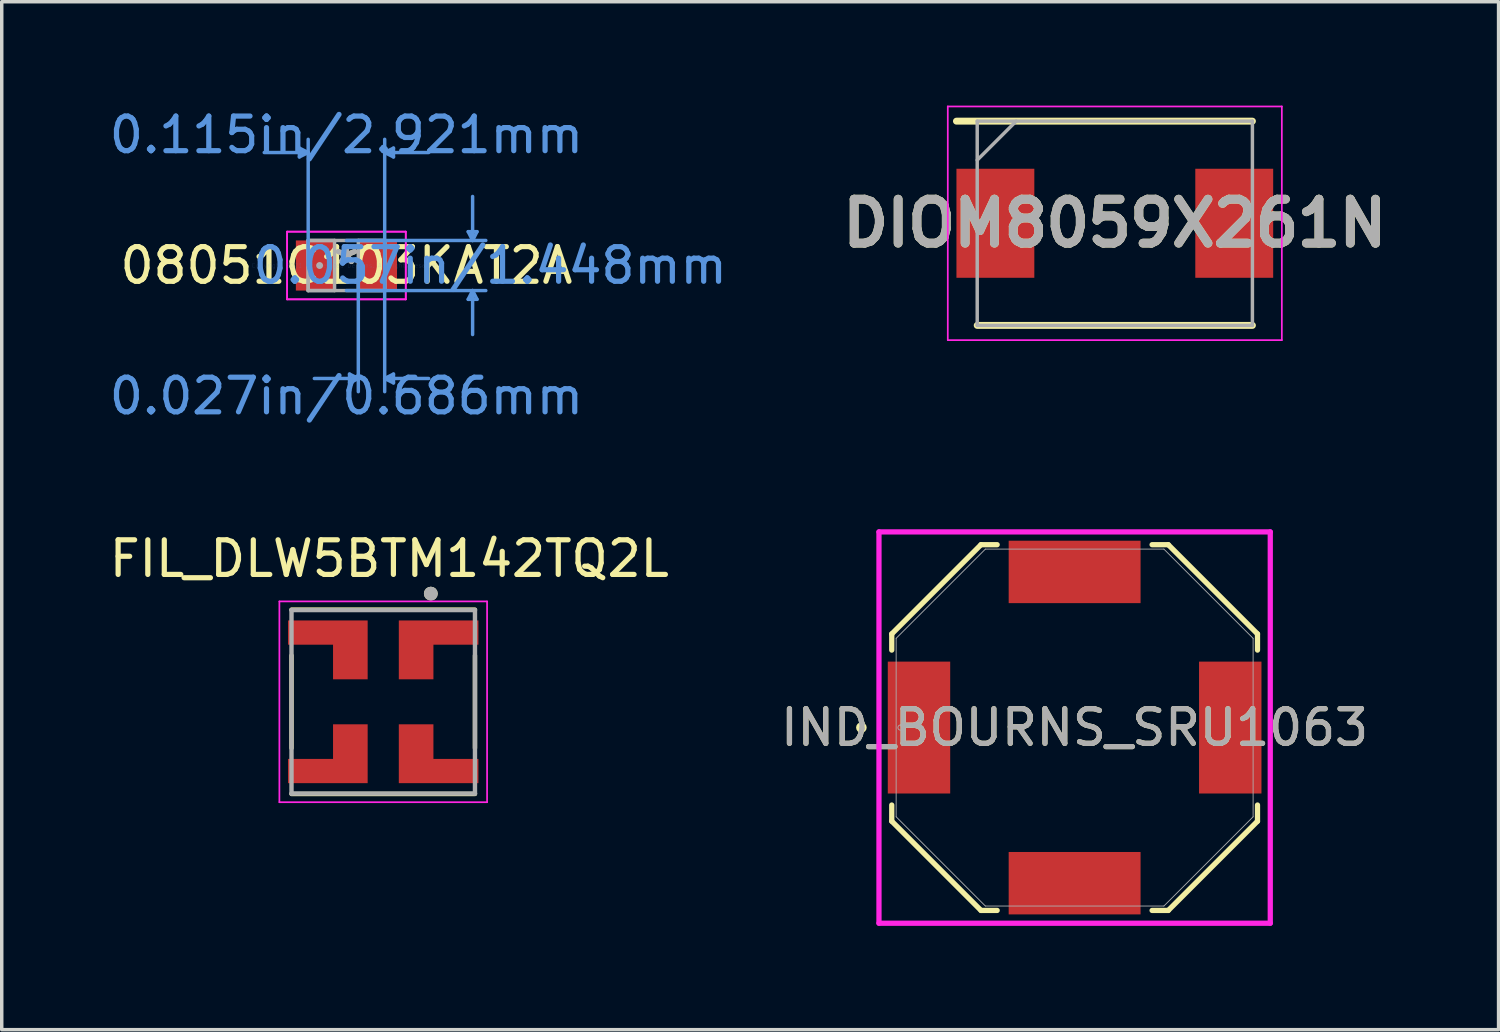
<source format=kicad_pcb>
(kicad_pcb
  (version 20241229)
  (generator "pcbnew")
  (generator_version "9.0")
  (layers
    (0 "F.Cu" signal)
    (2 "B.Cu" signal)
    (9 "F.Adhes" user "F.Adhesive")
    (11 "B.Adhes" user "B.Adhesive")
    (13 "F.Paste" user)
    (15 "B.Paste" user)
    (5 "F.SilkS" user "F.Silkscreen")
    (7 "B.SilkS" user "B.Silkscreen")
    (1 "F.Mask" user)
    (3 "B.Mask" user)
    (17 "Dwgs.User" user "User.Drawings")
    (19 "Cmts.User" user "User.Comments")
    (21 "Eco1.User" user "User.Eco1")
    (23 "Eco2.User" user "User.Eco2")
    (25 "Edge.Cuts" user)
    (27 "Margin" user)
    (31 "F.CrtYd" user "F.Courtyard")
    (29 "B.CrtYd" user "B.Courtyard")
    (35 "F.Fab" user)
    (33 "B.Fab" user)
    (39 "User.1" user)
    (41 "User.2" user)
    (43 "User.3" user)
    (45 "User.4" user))
  (footprint "08051C103KAT2A"
    (layer "F.Cu")
    (at 6.958 4.62)
    (property "Reference" "08051C103KAT2A" (at 0 0 0) (layer "F.SilkS") (effects (font (size 1 1) (thickness 0.15))))
    (attr through_hole)
    (fp_line (start -1.359 -3.391) (end -1.359 -3.137) (stroke (width 0.1) (type solid)) (layer "Cmts.User"))
    (fp_line (start -1.105 -3.264) (end -2.375 -3.264) (stroke (width 0.1) (type solid)) (layer "Cmts.User"))
    (fp_line (start -1.105 -3.264) (end -1.359 -3.391) (stroke (width 0.1) (type solid)) (layer "Cmts.User"))
    (fp_line (start -1.105 -3.264) (end -1.359 -3.137) (stroke (width 0.1) (type solid)) (layer "Cmts.User"))
    (fp_line (start -1.105 0) (end -1.105 -3.645) (stroke (width 0.1) (type solid)) (layer "Cmts.User"))
    (fp_line (start 0 -0.724) (end 4.026 -0.724) (stroke (width 0.1) (type solid)) (layer "Cmts.User"))
    (fp_line (start 0 0.724) (end 4.026 0.724) (stroke (width 0.1) (type solid)) (layer "Cmts.User"))
    (fp_line (start 0.089 3.137) (end 0.089 3.391) (stroke (width 0.1) (type solid)) (layer "Cmts.User"))
    (fp_line (start 0.343 0) (end 0.343 3.645) (stroke (width 0.1) (type solid)) (layer "Cmts.User"))
    (fp_line (start 0.343 3.264) (end -0.927 3.264) (stroke (width 0.1) (type solid)) (layer "Cmts.User"))
    (fp_line (start 0.343 3.264) (end 0.089 3.137) (stroke (width 0.1) (type solid)) (layer "Cmts.User"))
    (fp_line (start 0.343 3.264) (end 0.089 3.391) (stroke (width 0.1) (type solid)) (layer "Cmts.User"))
    (fp_line (start 1.105 -3.264) (end 1.359 -3.391) (stroke (width 0.1) (type solid)) (layer "Cmts.User"))
    (fp_line (start 1.105 -3.264) (end 1.359 -3.137) (stroke (width 0.1) (type solid)) (layer "Cmts.User"))
    (fp_line (start 1.105 -3.264) (end 2.375 -3.264) (stroke (width 0.1) (type solid)) (layer "Cmts.User"))
    (fp_line (start 1.105 0) (end 1.105 -3.645) (stroke (width 0.1) (type solid)) (layer "Cmts.User"))
    (fp_line (start 1.105 0) (end 1.105 3.645) (stroke (width 0.1) (type solid)) (layer "Cmts.User"))
    (fp_line (start 1.105 3.264) (end 1.359 3.137) (stroke (width 0.1) (type solid)) (layer "Cmts.User"))
    (fp_line (start 1.105 3.264) (end 1.359 3.391) (stroke (width 0.1) (type solid)) (layer "Cmts.User"))
    (fp_line (start 1.105 3.264) (end 2.375 3.264) (stroke (width 0.1) (type solid)) (layer "Cmts.User"))
    (fp_line (start 1.359 -3.391) (end 1.359 -3.137) (stroke (width 0.1) (type solid)) (layer "Cmts.User"))
    (fp_line (start 1.359 3.137) (end 1.359 3.391) (stroke (width 0.1) (type solid)) (layer "Cmts.User"))
    (fp_line (start 3.518 -0.978) (end 3.772 -0.978) (stroke (width 0.1) (type solid)) (layer "Cmts.User"))
    (fp_line (start 3.518 0.978) (end 3.772 0.978) (stroke (width 0.1) (type solid)) (layer "Cmts.User"))
    (fp_line (start 3.645 -0.724) (end 3.518 -0.978) (stroke (width 0.1) (type solid)) (layer "Cmts.User"))
    (fp_line (start 3.645 -0.724) (end 3.645 -1.994) (stroke (width 0.1) (type solid)) (layer "Cmts.User"))
    (fp_line (start 3.645 -0.724) (end 3.772 -0.978) (stroke (width 0.1) (type solid)) (layer "Cmts.User"))
    (fp_line (start 3.645 0.724) (end 3.518 0.978) (stroke (width 0.1) (type solid)) (layer "Cmts.User"))
    (fp_line (start 3.645 0.724) (end 3.645 1.994) (stroke (width 0.1) (type solid)) (layer "Cmts.User"))
    (fp_line (start 3.645 0.724) (end 3.772 0.978) (stroke (width 0.1) (type solid)) (layer "Cmts.User"))
    (fp_line (start -1.714 -0.978) (end 1.714 -0.978) (stroke (width 0.05) (type solid)) (layer "F.CrtYd"))
    (fp_line (start -1.714 -0.978) (end 1.714 -0.978) (stroke (width 0.05) (type solid)) (layer "F.CrtYd"))
    (fp_line (start -1.714 0.978) (end -1.714 -0.978) (stroke (width 0.05) (type solid)) (layer "F.CrtYd"))
    (fp_line (start -1.714 0.978) (end -1.714 -0.978) (stroke (width 0.05) (type solid)) (layer "F.CrtYd"))
    (fp_line (start 1.714 -0.978) (end 1.714 0.978) (stroke (width 0.05) (type solid)) (layer "F.CrtYd"))
    (fp_line (start 1.714 -0.978) (end 1.714 0.978) (stroke (width 0.05) (type solid)) (layer "F.CrtYd"))
    (fp_line (start 1.714 0.978) (end -1.714 0.978) (stroke (width 0.05) (type solid)) (layer "F.CrtYd"))
    (fp_line (start 1.714 0.978) (end -1.714 0.978) (stroke (width 0.05) (type solid)) (layer "F.CrtYd"))
    (fp_line (start -1.105 -0.724) (end -1.105 0.724) (stroke (width 0.1) (type solid)) (layer "F.Fab"))
    (fp_line (start -1.105 -0.724) (end -1.105 0.724) (stroke (width 0.1) (type solid)) (layer "F.Fab"))
    (fp_line (start -1.105 0.724) (end -0.343 0.724) (stroke (width 0.1) (type solid)) (layer "F.Fab"))
    (fp_line (start -1.105 0.724) (end 1.105 0.724) (stroke (width 0.1) (type solid)) (layer "F.Fab"))
    (fp_line (start -0.343 -0.724) (end -1.105 -0.724) (stroke (width 0.1) (type solid)) (layer "F.Fab"))
    (fp_line (start -0.343 0.724) (end -0.343 -0.724) (stroke (width 0.1) (type solid)) (layer "F.Fab"))
    (fp_line (start 0.343 -0.724) (end 0.343 0.724) (stroke (width 0.1) (type solid)) (layer "F.Fab"))
    (fp_line (start 0.343 0.724) (end 1.105 0.724) (stroke (width 0.1) (type solid)) (layer "F.Fab"))
    (fp_line (start 1.105 -0.724) (end -1.105 -0.724) (stroke (width 0.1) (type solid)) (layer "F.Fab"))
    (fp_line (start 1.105 -0.724) (end 0.343 -0.724) (stroke (width 0.1) (type solid)) (layer "F.Fab"))
    (fp_line (start 1.105 0.724) (end 1.105 -0.724) (stroke (width 0.1) (type solid)) (layer "F.Fab"))
    (fp_line (start 1.105 0.724) (end 1.105 -0.724) (stroke (width 0.1) (type solid)) (layer "F.Fab"))
    (fp_circle (center -0.775 0) (end -0.775 0) (stroke (width 0.1) (type solid)) (fill no) (layer "F.Fab"))
    (fp_text user "*" (at 0 0 0) (layer "F.SilkS") (effects (font (size 1 1) (thickness 0.15))))
    (fp_text user "Copyright 2021 Accelerated Designs. All rights reserved." (at 0 0 0) (layer "Cmts.User") (effects (font (size 0.127 0.127) (thickness 0.002))))
    (fp_text user "0.027in/0.686mm" (at 0 3.772 0) (layer "Cmts.User") (effects (font (size 1 1) (thickness 0.15))))
    (fp_text user "0.115in/2.921mm" (at 0 -3.772 0) (layer "Cmts.User") (effects (font (size 1 1) (thickness 0.15))))
    (fp_text user "0.057in/1.448mm" (at 4.153 0 0) (layer "Cmts.User") (effects (font (size 1 1) (thickness 0.15))))
    (fp_text user "*" (at 0 0 0) (layer "F.Fab") (effects (font (size 1 1) (thickness 0.15))))
    (pad "1" smd rect (at -0.902 0) (size 1.118 1.448) (layers "F.Cu" "F.Mask" "F.Paste"))
    (pad "2" smd rect (at 0.902 0) (size 1.118 1.448) (layers "F.Cu" "F.Mask" "F.Paste")))
  (footprint "DIOM8059X261N"
    (layer "F.Cu")
    (at 29.155 3.4)
    (property "Reference" "DIOM8059X261N" (at 0 0 0) (layer "F.SilkS") (effects (font (size 1.27 1.27) (thickness 0.254))))
    (attr smd)
    (fp_line (start -3.975 2.95) (end 3.975 2.95) (stroke (width 0.2) (type solid)) (layer "F.SilkS"))
    (fp_line (start 3.975 -2.95) (end -4.575 -2.95) (stroke (width 0.2) (type solid)) (layer "F.SilkS"))
    (fp_line (start -4.825 -3.375) (end 4.825 -3.375) (stroke (width 0.05) (type solid)) (layer "F.CrtYd"))
    (fp_line (start -4.825 3.375) (end -4.825 -3.375) (stroke (width 0.05) (type solid)) (layer "F.CrtYd"))
    (fp_line (start 4.825 -3.375) (end 4.825 3.375) (stroke (width 0.05) (type solid)) (layer "F.CrtYd"))
    (fp_line (start 4.825 3.375) (end -4.825 3.375) (stroke (width 0.05) (type solid)) (layer "F.CrtYd"))
    (fp_line (start -3.975 -2.95) (end 3.975 -2.95) (stroke (width 0.1) (type solid)) (layer "F.Fab"))
    (fp_line (start -3.975 -1.825) (end -2.85 -2.95) (stroke (width 0.1) (type solid)) (layer "F.Fab"))
    (fp_line (start -3.975 2.95) (end -3.975 -2.95) (stroke (width 0.1) (type solid)) (layer "F.Fab"))
    (fp_line (start 3.975 -2.95) (end 3.975 2.95) (stroke (width 0.1) (type solid)) (layer "F.Fab"))
    (fp_line (start 3.975 2.95) (end -3.975 2.95) (stroke (width 0.1) (type solid)) (layer "F.Fab"))
    (fp_text user "${REFERENCE}" (at 0 0 0) (layer "F.Fab") (effects (font (size 1.27 1.27) (thickness 0.254))))
    (pad "1" smd rect (at -3.45 0) (size 2.25 3.15) (layers "F.Cu" "F.Mask" "F.Paste"))
    (pad "2" smd rect (at 3.45 0) (size 2.25 3.15) (layers "F.Cu" "F.Mask" "F.Paste")))
  (footprint "IND_BOURNS_SRU1063"
    (layer "F.Cu")
    (at 27.994 17.968)
    (property "Reference" "IND_BOURNS_SRU1063" (at 0 0 0) (unlocked yes) (layer "F.SilkS") (effects (font (size 1 1) (thickness 0.15))))
    (attr smd)
    (fp_line (start -5.283 -2.705) (end -2.705 -5.283) (stroke (width 0.152) (type solid)) (layer "F.SilkS"))
    (fp_line (start -5.283 -2.238) (end -5.283 -2.705) (stroke (width 0.152) (type solid)) (layer "F.SilkS"))
    (fp_line (start -5.283 2.705) (end -5.283 2.238) (stroke (width 0.152) (type solid)) (layer "F.SilkS"))
    (fp_line (start -2.705 -5.283) (end -2.238 -5.283) (stroke (width 0.152) (type solid)) (layer "F.SilkS"))
    (fp_line (start -2.705 5.283) (end -5.283 2.705) (stroke (width 0.152) (type solid)) (layer "F.SilkS"))
    (fp_line (start -2.238 5.283) (end -2.705 5.283) (stroke (width 0.152) (type solid)) (layer "F.SilkS"))
    (fp_line (start 2.238 -5.283) (end 2.705 -5.283) (stroke (width 0.152) (type solid)) (layer "F.SilkS"))
    (fp_line (start 2.705 -5.283) (end 5.283 -2.705) (stroke (width 0.152) (type solid)) (layer "F.SilkS"))
    (fp_line (start 2.705 5.283) (end 2.238 5.283) (stroke (width 0.152) (type solid)) (layer "F.SilkS"))
    (fp_line (start 5.283 -2.705) (end 5.283 -2.238) (stroke (width 0.152) (type solid)) (layer "F.SilkS"))
    (fp_line (start 5.283 2.238) (end 5.283 2.705) (stroke (width 0.152) (type solid)) (layer "F.SilkS"))
    (fp_line (start 5.283 2.705) (end 2.705 5.283) (stroke (width 0.152) (type solid)) (layer "F.SilkS"))
    (fp_circle (center -6.16 0) (end -6.083 0) (stroke (width 0.152) (type solid)) (fill no) (layer "F.SilkS"))
    (fp_line (start -5.652 -5.652) (end 5.652 -5.652) (stroke (width 0.152) (type solid)) (layer "F.CrtYd"))
    (fp_line (start -5.652 5.652) (end -5.652 -5.652) (stroke (width 0.152) (type solid)) (layer "F.CrtYd"))
    (fp_line (start 5.652 -5.652) (end 5.652 5.652) (stroke (width 0.152) (type solid)) (layer "F.CrtYd"))
    (fp_line (start 5.652 5.652) (end -5.652 5.652) (stroke (width 0.152) (type solid)) (layer "F.CrtYd"))
    (fp_line (start -5.156 -2.578) (end -2.578 -5.156) (stroke (width 0.025) (type solid)) (layer "F.Fab"))
    (fp_line (start -5.156 2.578) (end -5.156 -2.578) (stroke (width 0.025) (type solid)) (layer "F.Fab"))
    (fp_line (start -2.578 -5.156) (end 2.578 -5.156) (stroke (width 0.025) (type solid)) (layer "F.Fab"))
    (fp_line (start -2.578 5.156) (end -5.156 2.578) (stroke (width 0.025) (type solid)) (layer "F.Fab"))
    (fp_line (start 2.578 -5.156) (end 5.156 -2.578) (stroke (width 0.025) (type solid)) (layer "F.Fab"))
    (fp_line (start 2.578 5.156) (end -2.578 5.156) (stroke (width 0.025) (type solid)) (layer "F.Fab"))
    (fp_line (start 5.156 -2.578) (end 5.156 2.578) (stroke (width 0.025) (type solid)) (layer "F.Fab"))
    (fp_line (start 5.156 2.578) (end 2.578 5.156) (stroke (width 0.025) (type solid)) (layer "F.Fab"))
    (fp_circle (center -5.029 0) (end -4.953 0) (stroke (width 0.025) (type solid)) (fill no) (layer "F.Fab"))
    (fp_text user "${REFERENCE}" (at 0 0 0) (unlocked yes) (layer "F.Fab") (effects (font (size 1 1) (thickness 0.15))))
    (pad "1" smd rect (at -4.496 0) (size 1.803 3.81) (layers "F.Cu" "F.Mask" "F.Paste"))
    (pad "2" smd rect (at 0 4.496 90) (size 1.803 3.81) (layers "F.Cu" "F.Mask" "F.Paste"))
    (pad "3" smd rect (at 4.496 0) (size 1.803 3.81) (layers "F.Cu" "F.Mask" "F.Paste"))
    (pad "4" smd rect (at 0 -4.496 90) (size 1.803 3.81) (layers "F.Cu" "F.Mask" "F.Paste")))
  (footprint "FIL_DLW5BTM142TQ2L"
    (layer "F.Cu")
    (at 8.021 17.224)
    (property "Reference" "FIL_DLW5BTM142TQ2L" (at 0.175 -4.135 0) (layer "F.SilkS") (effects (font (size 1 1) (thickness 0.15))))
    (attr smd)
    (fp_poly (pts (xy -0.35 -2.45) (xy -2.85 -2.45) (xy -2.85 -1.55) (xy -1.55 -1.55) (xy -1.55 -0.55) (xy -0.35 -0.55)) (stroke (width 0.0001) (type solid)) (fill yes) (layer "F.Mask"))
    (fp_poly (pts (xy -0.35 2.45) (xy -2.85 2.45) (xy -2.85 1.55) (xy -1.55 1.55) (xy -1.55 0.55) (xy -0.35 0.55)) (stroke (width 0.0001) (type solid)) (fill yes) (layer "F.Mask"))
    (fp_poly (pts (xy 0.35 -2.45) (xy 2.85 -2.45) (xy 2.85 -1.55) (xy 1.55 -1.55) (xy 1.55 -0.55) (xy 0.35 -0.55)) (stroke (width 0.0001) (type solid)) (fill yes) (layer "F.Mask"))
    (fp_poly (pts (xy 0.35 2.45) (xy 2.85 2.45) (xy 2.85 1.55) (xy 1.55 1.55) (xy 1.55 0.55) (xy 0.35 0.55)) (stroke (width 0.0001) (type solid)) (fill yes) (layer "F.Mask"))
    (fp_line (start -2.65 -1.337) (end -2.65 1.337) (stroke (width 0.127) (type solid)) (layer "F.SilkS"))
    (fp_line (start -2.65 2.663) (end 2.65 2.663) (stroke (width 0.127) (type solid)) (layer "F.SilkS"))
    (fp_line (start 2.65 -2.663) (end -2.65 -2.663) (stroke (width 0.127) (type solid)) (layer "F.SilkS"))
    (fp_line (start 2.65 1.337) (end 2.65 -1.337) (stroke (width 0.127) (type solid)) (layer "F.SilkS"))
    (fp_circle (center 1.375 -3.125) (end 1.475 -3.125) (stroke (width 0.2) (type solid)) (fill no) (layer "F.SilkS"))
    (fp_poly (pts (xy -0.45 -2.35) (xy -2.75 -2.35) (xy -2.75 -1.65) (xy -1.45 -1.65) (xy -1.45 -0.65) (xy -0.45 -0.65)) (stroke (width 0.0001) (type solid)) (fill yes) (layer "F.Paste"))
    (fp_poly (pts (xy -0.45 2.35) (xy -2.75 2.35) (xy -2.75 1.65) (xy -1.45 1.65) (xy -1.45 0.65) (xy -0.45 0.65)) (stroke (width 0.0001) (type solid)) (fill yes) (layer "F.Paste"))
    (fp_poly (pts (xy 0.45 -2.35) (xy 2.75 -2.35) (xy 2.75 -1.65) (xy 1.45 -1.65) (xy 1.45 -0.65) (xy 0.45 -0.65)) (stroke (width 0.0001) (type solid)) (fill yes) (layer "F.Paste"))
    (fp_poly (pts (xy 0.45 2.35) (xy 2.75 2.35) (xy 2.75 1.65) (xy 1.45 1.65) (xy 1.45 0.65) (xy 0.45 0.65)) (stroke (width 0.0001) (type solid)) (fill yes) (layer "F.Paste"))
    (fp_line (start -3 -2.9) (end 3 -2.9) (stroke (width 0.05) (type solid)) (layer "F.CrtYd"))
    (fp_line (start -3 2.9) (end -3 -2.9) (stroke (width 0.05) (type solid)) (layer "F.CrtYd"))
    (fp_line (start 3 -2.9) (end 3 2.9) (stroke (width 0.05) (type solid)) (layer "F.CrtYd"))
    (fp_line (start 3 2.9) (end -3 2.9) (stroke (width 0.05) (type solid)) (layer "F.CrtYd"))
    (fp_line (start -2.65 -2.65) (end -2.65 2.65) (stroke (width 0.127) (type solid)) (layer "F.Fab"))
    (fp_line (start -2.65 2.65) (end 2.65 2.65) (stroke (width 0.127) (type solid)) (layer "F.Fab"))
    (fp_line (start 2.65 -2.65) (end -2.65 -2.65) (stroke (width 0.127) (type solid)) (layer "F.Fab"))
    (fp_line (start 2.65 2.65) (end 2.65 -2.65) (stroke (width 0.127) (type solid)) (layer "F.Fab"))
    (fp_circle (center 1.375 -3.125) (end 1.475 -3.125) (stroke (width 0.2) (type solid)) (fill no) (layer "F.Fab"))
    (pad "1" smd custom (at 0.875 -1.075) (size 0.75 0.75) (layers "F.Cu" "F.Mask" "F.Paste") (options (anchor rect)) (primitives (gr_poly (pts (xy -0.425 -1.275) (xy 1.875 -1.275) (xy 1.875 -0.575) (xy 0.575 -0.575) (xy 0.575 0.425) (xy -0.425 0.425)) (width 0.0001) (fill yes))))
    (pad "2" smd custom (at -0.875 -1.075) (size 0.75 0.75) (layers "F.Cu" "F.Mask" "F.Paste") (options (anchor rect)) (primitives (gr_poly (pts (xy 0.425 -1.275) (xy -1.875 -1.275) (xy -1.875 -0.575) (xy -0.575 -0.575) (xy -0.575 0.425) (xy 0.425 0.425)) (width 0.0001) (fill yes))))
    (pad "3" smd custom (at -0.875 1.075) (size 0.75 0.75) (layers "F.Cu" "F.Mask" "F.Paste") (options (anchor rect)) (primitives (gr_poly (pts (xy 0.425 1.275) (xy -1.875 1.275) (xy -1.875 0.575) (xy -0.575 0.575) (xy -0.575 -0.425) (xy 0.425 -0.425)) (width 0.0001) (fill yes))))
    (pad "4" smd custom (at 0.875 1.075) (size 0.75 0.75) (layers "F.Cu" "F.Mask" "F.Paste") (options (anchor rect)) (primitives (gr_poly (pts (xy -0.425 1.275) (xy 1.875 1.275) (xy 1.875 0.575) (xy 0.575 0.575) (xy 0.575 -0.425) (xy -0.425 -0.425)) (width 0.0001) (fill yes)))))
  (gr_rect
    (start -3 -3)
    (end 40.241 26.696)
    (stroke (width 0.1) (type default))
    (fill no)
    (layer "Edge.Cuts")))
</source>
